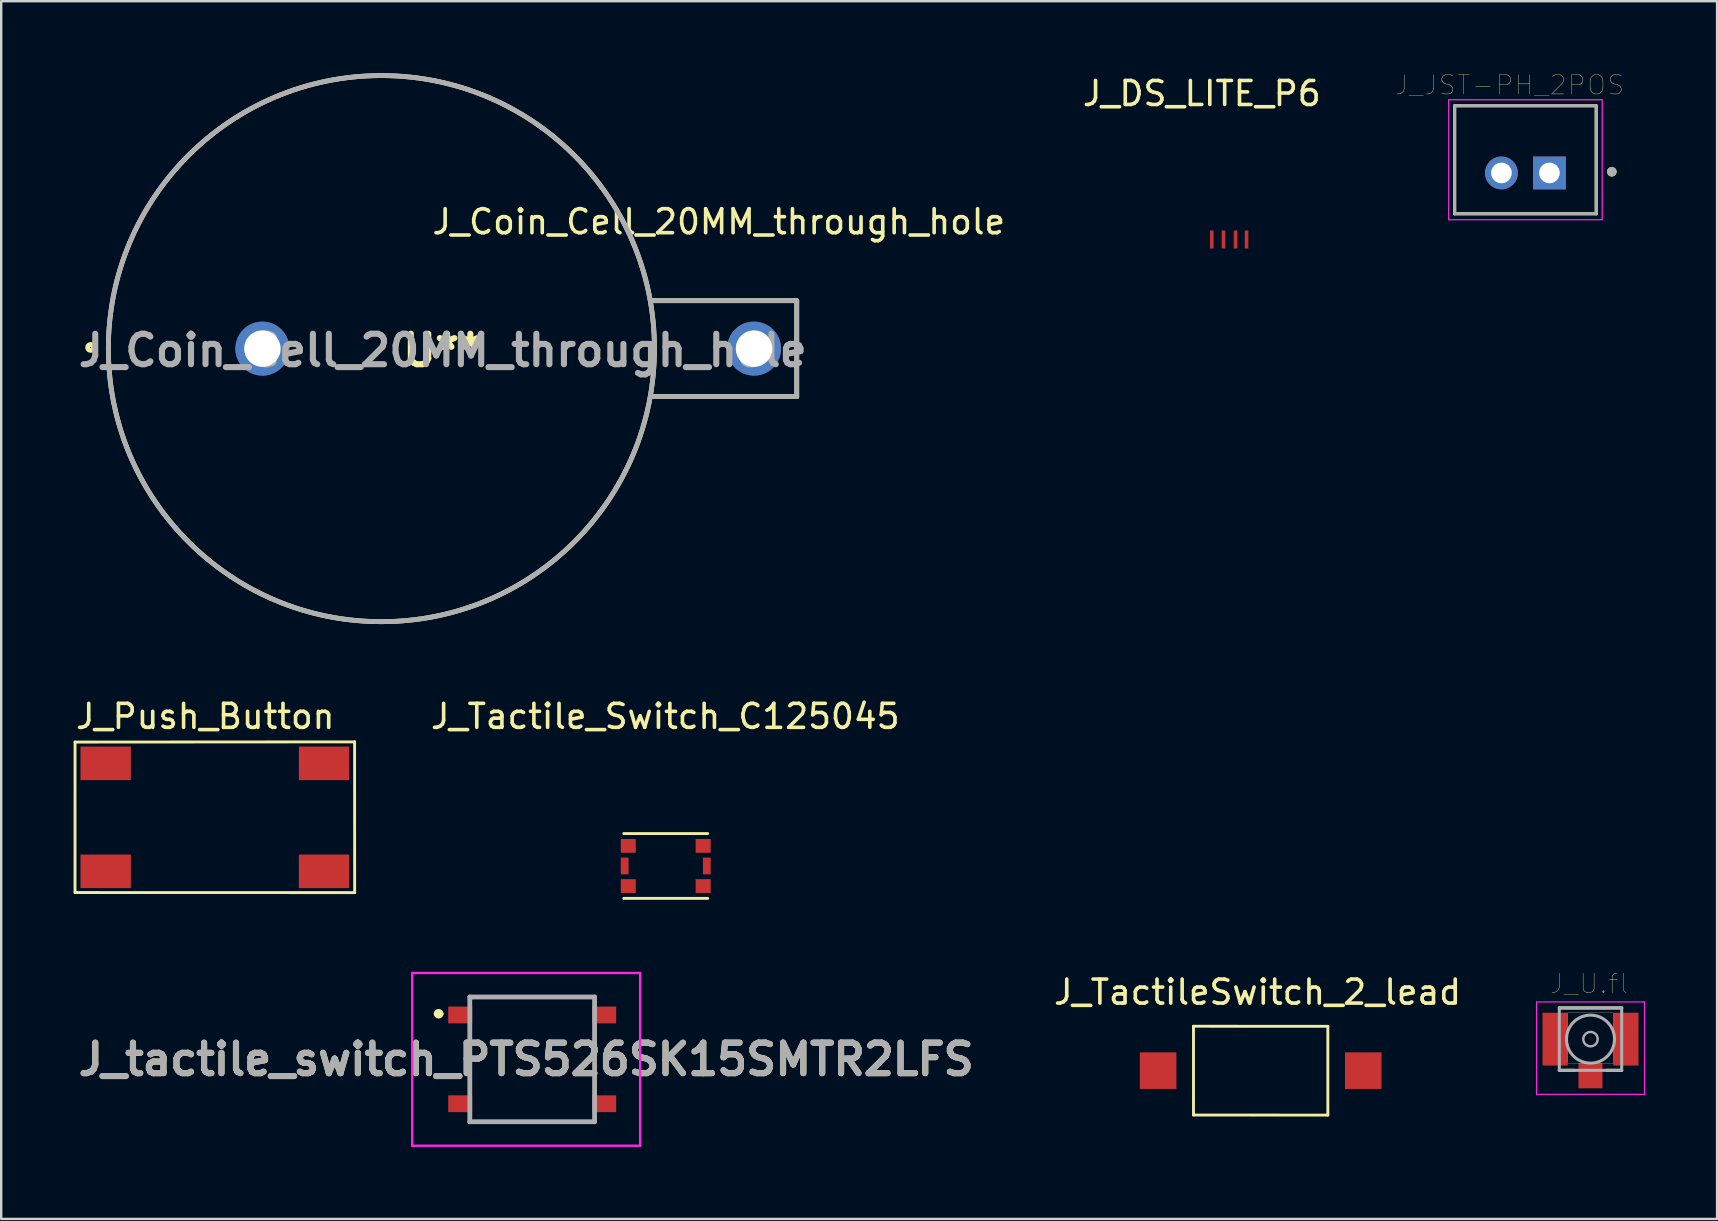
<source format=kicad_pcb>
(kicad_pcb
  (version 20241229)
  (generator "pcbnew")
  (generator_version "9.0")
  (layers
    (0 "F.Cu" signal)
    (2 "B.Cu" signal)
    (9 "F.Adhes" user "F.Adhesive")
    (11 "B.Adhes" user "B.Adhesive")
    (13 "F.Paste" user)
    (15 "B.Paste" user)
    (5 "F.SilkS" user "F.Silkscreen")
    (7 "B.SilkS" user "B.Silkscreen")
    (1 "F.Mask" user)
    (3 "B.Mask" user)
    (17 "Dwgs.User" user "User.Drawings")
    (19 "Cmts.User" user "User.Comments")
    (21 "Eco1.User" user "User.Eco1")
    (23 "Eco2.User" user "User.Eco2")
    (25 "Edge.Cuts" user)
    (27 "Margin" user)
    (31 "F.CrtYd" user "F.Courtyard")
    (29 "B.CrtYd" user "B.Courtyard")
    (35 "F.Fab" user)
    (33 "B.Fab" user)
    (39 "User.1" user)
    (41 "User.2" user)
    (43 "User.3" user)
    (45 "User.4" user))
  (footprint "J_tactile_switch_PTS526SK15SMTR2LFS"
    (layer "F.Cu")
    (at 19.131 41.102)
    (property "Reference" "J_tactile_switch_PTS526SK15SMTR2LFS" (at -0.25 0 0) (layer "F.SilkS") (effects (font (size 1.27 1.27) (thickness 0.254))))
    (attr smd)
    (fp_line (start -4 -1.9) (end -4 -1.9) (stroke (width 0.2) (type solid)) (layer "F.SilkS"))
    (fp_line (start -3.8 -1.9) (end -3.8 -1.9) (stroke (width 0.2) (type solid)) (layer "F.SilkS"))
    (fp_line (start -2.6 -2.6) (end 2.6 -2.6) (stroke (width 0.1) (type solid)) (layer "F.SilkS"))
    (fp_line (start -2.6 -2.4) (end -2.6 -2.6) (stroke (width 0.1) (type solid)) (layer "F.SilkS"))
    (fp_line (start -2.6 1.3) (end -2.6 -1.3) (stroke (width 0.1) (type solid)) (layer "F.SilkS"))
    (fp_line (start -2.6 2.4) (end -2.6 2.6) (stroke (width 0.1) (type solid)) (layer "F.SilkS"))
    (fp_line (start -2.6 2.6) (end 2.6 2.6) (stroke (width 0.1) (type solid)) (layer "F.SilkS"))
    (fp_line (start 2.6 -2.6) (end 2.6 -2.4) (stroke (width 0.1) (type solid)) (layer "F.SilkS"))
    (fp_line (start 2.6 1.3) (end 2.6 -1.3) (stroke (width 0.1) (type solid)) (layer "F.SilkS"))
    (fp_line (start 2.6 2.6) (end 2.6 2.4) (stroke (width 0.1) (type solid)) (layer "F.SilkS"))
    (fp_arc (start -4 -1.9) (mid -3.9 -2) (end -3.8 -1.9) (stroke (width 0.2) (type solid)) (layer "F.SilkS"))
    (fp_arc (start -3.8 -1.9) (mid -3.9 -1.8) (end -4 -1.9) (stroke (width 0.2) (type solid)) (layer "F.SilkS"))
    (fp_line (start -5 -3.6) (end 4.5 -3.6) (stroke (width 0.1) (type solid)) (layer "F.CrtYd"))
    (fp_line (start -5 3.6) (end -5 -3.6) (stroke (width 0.1) (type solid)) (layer "F.CrtYd"))
    (fp_line (start 4.5 -3.6) (end 4.5 3.6) (stroke (width 0.1) (type solid)) (layer "F.CrtYd"))
    (fp_line (start 4.5 3.6) (end -5 3.6) (stroke (width 0.1) (type solid)) (layer "F.CrtYd"))
    (fp_line (start -2.6 -2.6) (end 2.6 -2.6) (stroke (width 0.2) (type solid)) (layer "F.Fab"))
    (fp_line (start -2.6 2.6) (end -2.6 -2.6) (stroke (width 0.2) (type solid)) (layer "F.Fab"))
    (fp_line (start 2.6 -2.6) (end 2.6 2.6) (stroke (width 0.2) (type solid)) (layer "F.Fab"))
    (fp_line (start 2.6 2.6) (end -2.6 2.6) (stroke (width 0.2) (type solid)) (layer "F.Fab"))
    (fp_text user "${REFERENCE}" (at -0.25 0 0) (layer "F.Fab") (effects (font (size 1.27 1.27) (thickness 0.254))))
    (pad "1" smd rect (at -3 -1.85 90) (size 0.7 1) (layers "F.Cu" "F.Mask" "F.Paste"))
    (pad "2" smd rect (at 3 -1.85 90) (size 0.7 1) (layers "F.Cu" "F.Mask" "F.Paste"))
    (pad "3" smd rect (at -3 1.85 90) (size 0.7 1) (layers "F.Cu" "F.Mask" "F.Paste"))
    (pad "4" smd rect (at 3 1.85 90) (size 0.7 1) (layers "F.Cu" "F.Mask" "F.Paste")))
  (footprint "J_JST-PH_2POS"
    (layer "F.Cu")
    (at 60.527 3.608)
    (property "Reference" "J_JST-PH_2POS" (at -0.661 -3.113 0) (layer "F.SilkS") (effects (font (size 0.801 0.801) (thickness 0.015))))
    (attr through_hole)
    (fp_line (start -2.95 -2.25) (end 2.95 -2.25) (stroke (width 0.127) (type solid)) (layer "F.SilkS"))
    (fp_line (start -2.95 2.25) (end -2.95 -2.25) (stroke (width 0.127) (type solid)) (layer "F.SilkS"))
    (fp_line (start 2.95 -2.25) (end 2.95 2.25) (stroke (width 0.127) (type solid)) (layer "F.SilkS"))
    (fp_line (start 2.95 2.25) (end -2.95 2.25) (stroke (width 0.127) (type solid)) (layer "F.SilkS"))
    (fp_circle (center 3.6 0.5) (end 3.7 0.5) (stroke (width 0.2) (type solid)) (fill no) (layer "F.SilkS"))
    (fp_line (start -3.2 -2.5) (end 3.2 -2.5) (stroke (width 0.05) (type solid)) (layer "F.CrtYd"))
    (fp_line (start -3.2 2.5) (end -3.2 -2.5) (stroke (width 0.05) (type solid)) (layer "F.CrtYd"))
    (fp_line (start 3.2 -2.5) (end 3.2 2.5) (stroke (width 0.05) (type solid)) (layer "F.CrtYd"))
    (fp_line (start 3.2 2.5) (end -3.2 2.5) (stroke (width 0.05) (type solid)) (layer "F.CrtYd"))
    (fp_line (start -2.95 -2.25) (end 2.95 -2.25) (stroke (width 0.127) (type solid)) (layer "F.Fab"))
    (fp_line (start -2.95 2.25) (end -2.95 -2.25) (stroke (width 0.127) (type solid)) (layer "F.Fab"))
    (fp_line (start 2.95 -2.25) (end 2.95 2.25) (stroke (width 0.127) (type solid)) (layer "F.Fab"))
    (fp_line (start 2.95 2.25) (end -2.95 2.25) (stroke (width 0.127) (type solid)) (layer "F.Fab"))
    (fp_circle (center 3.6 0.5) (end 3.7 0.5) (stroke (width 0.2) (type solid)) (fill no) (layer "F.Fab"))
    (pad "1" thru_hole rect (at 1 0.55) (size 1.368 1.368) (drill 0.86) (layers "*.Cu" "*.Mask"))
    (pad "2" thru_hole circle (at -1 0.55) (size 1.368 1.368) (drill 0.86) (layers "*.Cu" "*.Mask")))
  (footprint "J_TactileSwitch_2_lead"
    (layer "F.Cu")
    (at 49.492 41.572)
    (property "Reference" "J_TactileSwitch_2_lead" (at -0.13 -3.272 0) (layer "F.SilkS") (effects (font (size 1 1) (thickness 0.15))))
    (attr through_hole)
    (fp_line (start -2.8 -1.85) (end -2.8 1.85) (stroke (width 0.12) (type solid)) (layer "F.SilkS"))
    (fp_line (start -2.8 1.85) (end 2.8 1.853) (stroke (width 0.12) (type solid)) (layer "F.SilkS"))
    (fp_line (start 2.8 -1.847) (end -2.8 -1.85) (stroke (width 0.12) (type solid)) (layer "F.SilkS"))
    (fp_line (start 2.8 1.853) (end 2.8 -1.847) (stroke (width 0.12) (type solid)) (layer "F.SilkS"))
    (pad "1" smd rect (at 4.275 0) (size 1.524 1.524) (layers "F.Cu" "F.Mask" "F.Paste"))
    (pad "2" smd rect (at -4.275 0 180) (size 1.524 1.524) (layers "F.Cu" "F.Mask" "F.Paste")))
  (footprint "J_U.fl"
    (layer "F.Cu")
    (at 63.239 40.259)
    (property "Reference" "J_U.fl" (at -0.06 -2.312 0) (layer "F.SilkS") (effects (font (size 0.801 0.801) (thickness 0.015))))
    (attr through_hole)
    (fp_line (start -1.3 -1.3) (end 1.3 -1.3) (stroke (width 0.127) (type solid)) (layer "F.SilkS"))
    (fp_line (start -1.3 1.3) (end -0.67 1.3) (stroke (width 0.127) (type solid)) (layer "F.SilkS"))
    (fp_line (start 1.3 1.3) (end 0.67 1.3) (stroke (width 0.127) (type solid)) (layer "F.SilkS"))
    (fp_poly (pts (xy -0.95 -1.1) (xy 0.95 -1.1) (xy 0.95 1) (xy -0.95 1)) (stroke (width 0.01) (type solid)) (fill no) (layer "Dwgs.User"))
    (fp_line (start -2.25 -1.55) (end 2.25 -1.55) (stroke (width 0.05) (type solid)) (layer "F.CrtYd"))
    (fp_line (start -2.25 2.3) (end -2.25 -1.55) (stroke (width 0.05) (type solid)) (layer "F.CrtYd"))
    (fp_line (start 2.25 -1.55) (end 2.25 2.3) (stroke (width 0.05) (type solid)) (layer "F.CrtYd"))
    (fp_line (start 2.25 2.3) (end -2.25 2.3) (stroke (width 0.05) (type solid)) (layer "F.CrtYd"))
    (fp_line (start -1.3 -1.3) (end 1.3 -1.3) (stroke (width 0.127) (type solid)) (layer "F.Fab"))
    (fp_line (start -1.3 1.3) (end -1.3 -1.3) (stroke (width 0.127) (type solid)) (layer "F.Fab"))
    (fp_line (start 1.3 -1.3) (end 1.3 1.3) (stroke (width 0.127) (type solid)) (layer "F.Fab"))
    (fp_line (start 1.3 1.3) (end -1.3 1.3) (stroke (width 0.127) (type solid)) (layer "F.Fab"))
    (fp_circle (center 0 0) (end 0.3 0) (stroke (width 0.1) (type solid)) (fill no) (layer "F.Fab"))
    (fp_circle (center 0 0) (end 1 0) (stroke (width 0.127) (type solid)) (fill no) (layer "F.Fab"))
    (pad "1" smd rect (at -1.475 0) (size 1.05 2.2) (layers "F.Cu" "F.Mask" "F.Paste"))
    (pad "2" smd rect (at 0 1.525) (size 1 1.05) (layers "F.Cu" "F.Mask" "F.Paste"))
    (pad "3" smd rect (at 1.475 0) (size 1.05 2.2) (layers "F.Cu" "F.Mask" "F.Paste")))
  (footprint "J_Push_Button"
    (layer "F.Cu")
    (at 5.905 31.015)
    (property "Reference" "J_Push_Button" (at -0.399 -4.207 0) (layer "F.SilkS") (effects (font (size 1 1) (thickness 0.15))))
    (attr through_hole)
    (fp_line (start -5.827 -3.137) (end -5.829 3.137) (stroke (width 0.12) (type solid)) (layer "F.SilkS"))
    (fp_line (start -5.827 3.134) (end 5.827 3.137) (stroke (width 0.12) (type solid)) (layer "F.SilkS"))
    (fp_line (start 5.824 -3.145) (end -5.827 -3.137) (stroke (width 0.12) (type solid)) (layer "F.SilkS"))
    (fp_line (start 5.827 3.137) (end 5.824 -3.145) (stroke (width 0.12) (type solid)) (layer "F.SilkS"))
    (pad "1" smd rect (at -4.55 -2.25 180) (size 2.1 1.4) (layers "F.Cu" "F.Mask" "F.Paste"))
    (pad "2" smd rect (at -4.55 2.25 180) (size 2.1 1.4) (layers "F.Cu" "F.Mask" "F.Paste"))
    (pad "3" smd rect (at 4.55 -2.25) (size 2.1 1.4) (layers "F.Cu" "F.Mask" "F.Paste"))
    (pad "4" smd rect (at 4.55 2.25) (size 2.1 1.4) (layers "F.Cu" "F.Mask" "F.Paste")))
  (footprint "J_Coin_Cell_20MM_through_hole"
    (layer "F.Cu")
    (at 30.166 11.477)
    (property "Reference" "J_Coin_Cell_20MM_through_hole" (at -3.259 -5.284 0) (layer "F.SilkS") (effects (font (size 1 1) (thickness 0.15))))
    (attr through_hole)
    (fp_line (start -6.11 -1.997) (end -0.01 -1.997) (stroke (width 0.2) (type solid)) (layer "F.SilkS"))
    (fp_line (start -0.01 -1.997) (end -0.01 2.003) (stroke (width 0.2) (type solid)) (layer "F.SilkS"))
    (fp_line (start -0.01 2.003) (end -6.11 2.003) (stroke (width 0.2) (type solid)) (layer "F.SilkS"))
    (fp_circle (center -29.441 -0.046) (end -29.441 0.078) (stroke (width 0.2) (type solid)) (fill no) (layer "F.SilkS"))
    (fp_circle (center -17.32 0.003) (end -17.32 11.383) (stroke (width 0.2) (type solid)) (fill no) (layer "F.SilkS"))
    (fp_line (start -0.01 -1.997) (end -6.11 -1.997) (stroke (width 0.2) (type solid)) (layer "F.Fab"))
    (fp_line (start -0.01 -1.997) (end -0.01 2.003) (stroke (width 0.2) (type solid)) (layer "F.Fab"))
    (fp_line (start -0.01 2.003) (end -6.11 2.003) (stroke (width 0.2) (type solid)) (layer "F.Fab"))
    (fp_circle (center -17.32 0.003) (end -17.32 11.383) (stroke (width 0.2) (type solid)) (fill no) (layer "F.Fab"))
    (fp_text user "U**" (at -14.763 0.078 0) (layer "F.SilkS") (effects (font (size 1.27 1.27) (thickness 0.254))))
    (fp_text user "${REFERENCE}" (at -14.763 0.078 0) (layer "F.Fab") (effects (font (size 1.27 1.27) (thickness 0.254))))
    (pad "1" thru_hole circle (at -22.28 0.003) (size 2.25 2.25) (drill 1.52) (layers "*.Cu" "*.Mask"))
    (pad "2" thru_hole circle (at -1.79 0.003) (size 2.25 2.25) (drill 1.52) (layers "*.Cu" "*.Mask")))
  (footprint "J_Tactile_Switch_C125045"
    (layer "F.Cu")
    (at 24.696 33.042)
    (property "Reference" "J_Tactile_Switch_C125045" (at -0.018 -6.234 0) (layer "F.SilkS") (effects (font (size 1 1) (thickness 0.15))))
    (attr through_hole)
    (fp_line (start -1.75 1.35) (end 1.75 1.35) (stroke (width 0.12) (type solid)) (layer "F.SilkS"))
    (fp_line (start 1.75 -1.35) (end -1.75 -1.35) (stroke (width 0.12) (type solid)) (layer "F.SilkS"))
    (pad "1" smd rect (at -1.56 -0.837 180) (size 0.625 0.575) (layers "F.Cu" "F.Mask" "F.Paste"))
    (pad "2" smd rect (at -1.56 0.837) (size 0.625 0.575) (layers "F.Cu" "F.Mask" "F.Paste"))
    (pad "3" smd rect (at 1.56 -0.837 180) (size 0.625 0.575) (layers "F.Cu" "F.Mask" "F.Paste"))
    (pad "4" smd rect (at 1.56 0.837) (size 0.625 0.575) (layers "F.Cu" "F.Mask" "F.Paste"))
    (pad "GND" smd rect (at -1.712 0 180) (size 0.325 0.7) (layers "F.Cu" "F.Mask" "F.Paste"))
    (pad "GND" smd rect (at 1.712 0) (size 0.325 0.7) (layers "F.Cu" "F.Mask" "F.Paste")))
  (footprint "J_DS_LITE_P6"
    (layer "F.Cu")
    (at 48.179 6.932)
    (property "Reference" "J_DS_LITE_P6" (at -1.14 -6.084 0) (layer "F.SilkS") (effects (font (size 1 1) (thickness 0.15))))
    (attr through_hole)
    (pad "1" smd rect (at 0.725 0 90) (size 0.75 0.15) (layers "F.Cu" "F.Mask" "F.Paste"))
    (pad "2" smd rect (at 0.267 0 90) (size 0.75 0.15) (layers "F.Cu" "F.Mask" "F.Paste"))
    (pad "3" smd rect (at -0.236 0 90) (size 0.75 0.15) (layers "F.Cu" "F.Mask" "F.Paste"))
    (pad "4" smd rect (at -0.725 0 90) (size 0.75 0.15) (layers "F.Cu" "F.Mask" "F.Paste")))
  (gr_rect
    (start -3 -3)
    (end 68.514 47.752)
    (stroke (width 0.1) (type default))
    (fill no)
    (layer "Edge.Cuts")))
</source>
